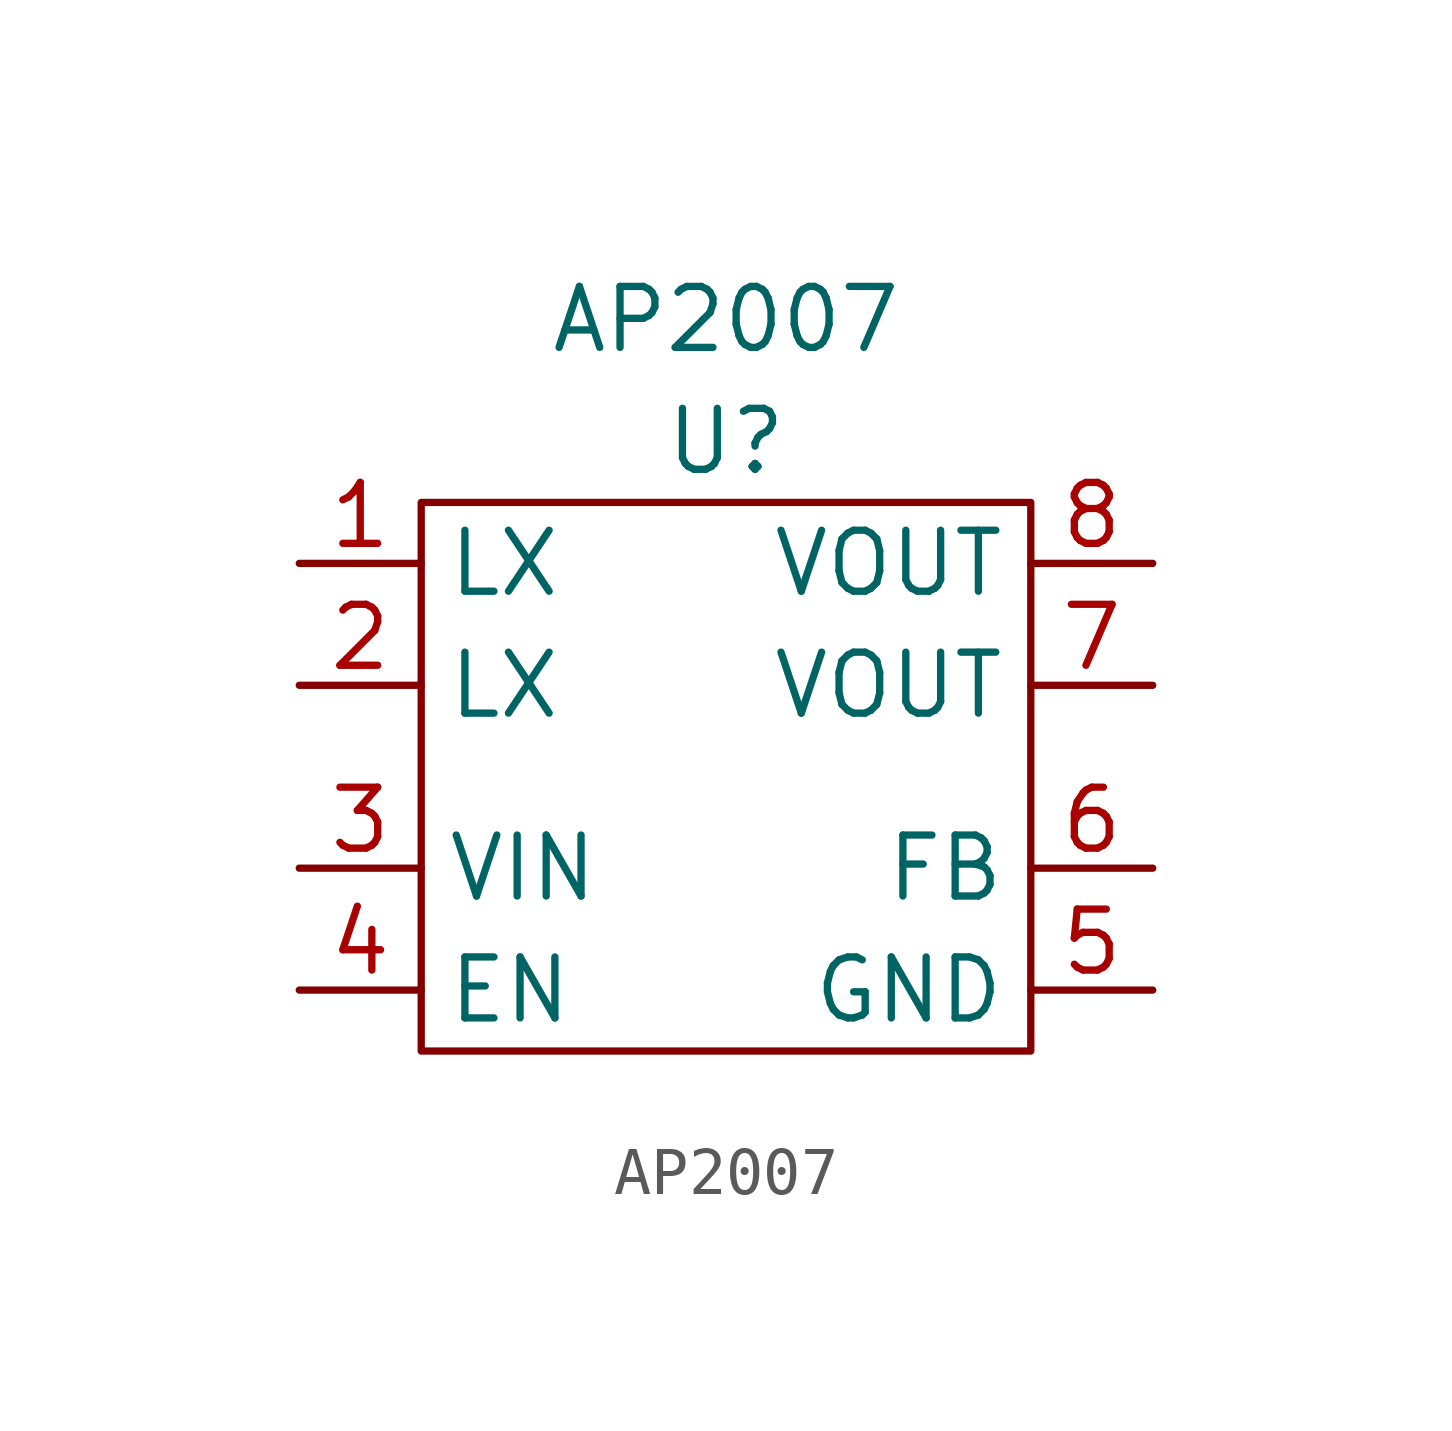
<source format=kicad_sym>
(kicad_symbol_lib
  (version 20211014)
  (generator kicad_symbol_editor)
  (symbol "AP2007"
    (property "Reference" "U"
      (at 0 6.35 0)
      (effects (font (size 1.27 1.27))))
    (property "Value" "AP2007"
      (at 0 8.89 0)
      (effects (font (size 1.27 1.27))))
    (symbol "AP2007_0_1"
      (rectangle (start -6.35 5.08) (end 6.35 -6.35) (stroke (width 0.152) (type default) (color 0 0 0 0)) (fill (type none))))
    (symbol "AP2007_1_1"
      (pin input line (at -8.89 3.81 0) (length 2.54) (name "LX" (effects (font (size 1.27 1.27)))) (number "1" (effects (font (size 1.27 1.27)))))
      (pin input line (at -8.89 1.27 0) (length 2.54) (name "LX" (effects (font (size 1.27 1.27)))) (number "2" (effects (font (size 1.27 1.27)))))
      (pin input line (at -8.89 -2.54 0) (length 2.54) (name "VIN" (effects (font (size 1.27 1.27)))) (number "3" (effects (font (size 1.27 1.27)))))
      (pin input line (at -8.89 -5.08 0) (length 2.54) (name "EN" (effects (font (size 1.27 1.27)))) (number "4" (effects (font (size 1.27 1.27)))))
      (pin output line (at 8.89 -5.08 180) (length 2.54) (name "GND" (effects (font (size 1.27 1.27)))) (number "5" (effects (font (size 1.27 1.27)))))
      (pin input line (at 8.89 -2.54 180) (length 2.54) (name "FB" (effects (font (size 1.27 1.27)))) (number "6" (effects (font (size 1.27 1.27)))))
      (pin input line (at 8.89 1.27 180) (length 2.54) (name "VOUT" (effects (font (size 1.27 1.27)))) (number "7" (effects (font (size 1.27 1.27)))))
      (pin input line (at 8.89 3.81 180) (length 2.54) (name "VOUT" (effects (font (size 1.27 1.27)))) (number "8" (effects (font (size 1.27 1.27))))))))
</source>
